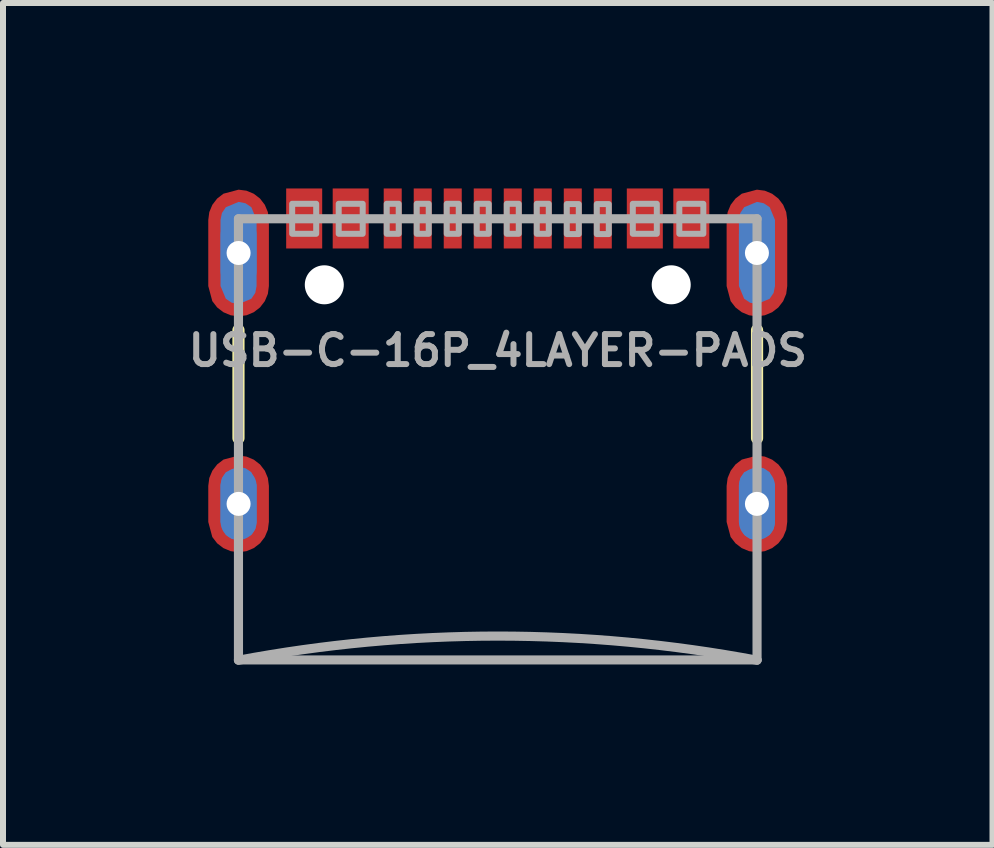
<source format=kicad_pcb>
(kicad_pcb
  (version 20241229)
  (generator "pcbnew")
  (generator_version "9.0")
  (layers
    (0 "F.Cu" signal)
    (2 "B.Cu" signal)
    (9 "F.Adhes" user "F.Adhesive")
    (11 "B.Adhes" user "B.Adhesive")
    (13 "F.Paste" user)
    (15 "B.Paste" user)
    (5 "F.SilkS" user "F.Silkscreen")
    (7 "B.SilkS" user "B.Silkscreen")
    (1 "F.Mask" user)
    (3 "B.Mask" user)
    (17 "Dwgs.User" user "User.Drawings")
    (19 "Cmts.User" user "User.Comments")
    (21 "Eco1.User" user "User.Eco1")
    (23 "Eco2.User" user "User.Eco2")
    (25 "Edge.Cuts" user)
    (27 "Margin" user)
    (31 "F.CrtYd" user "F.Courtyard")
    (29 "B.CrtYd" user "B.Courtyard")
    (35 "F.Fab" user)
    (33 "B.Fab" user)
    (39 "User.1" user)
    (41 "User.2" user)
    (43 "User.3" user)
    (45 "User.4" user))
  (footprint "USB-C-16P_4LAYER-PADS"
    (layer "F.Cu")
    (at 5.243 0.25)
    (property "Reference" "USB-C-16P_4LAYER-PADS" (at 0 2.54 0) (layer "F.Fab") (effects (font (size 0.5 0.5) (thickness 0.1) (bold yes))))
    (fp_poly (pts (xy -4.187 -0.123) (xy -4.065 -0.072) (xy -3.961 0.008) (xy -3.881 0.112) (xy -3.83 0.234) (xy -3.813 0.365) (xy -3.813 1.465) (xy -3.83 1.596) (xy -3.881 1.718) (xy -3.961 1.822) (xy -4.065 1.902) (xy -4.187 1.953) (xy -4.318 1.97) (xy -4.449 1.953) (xy -4.571 1.902) (xy -4.675 1.822) (xy -4.756 1.717) (xy -4.823 1.466) (xy -4.823 0.365) (xy -4.806 0.234) (xy -4.755 0.112) (xy -4.675 0.008) (xy -4.57 -0.073) (xy -4.318 -0.14)) (stroke (width 0) (type default)) (fill yes) (layer "F.Cu"))
    (fp_poly (pts (xy -4.187 4.307) (xy -4.065 4.358) (xy -3.961 4.438) (xy -3.881 4.542) (xy -3.83 4.664) (xy -3.813 4.795) (xy -3.813 5.395) (xy -3.83 5.526) (xy -3.881 5.648) (xy -3.961 5.752) (xy -4.065 5.832) (xy -4.187 5.883) (xy -4.318 5.9) (xy -4.449 5.883) (xy -4.571 5.832) (xy -4.675 5.752) (xy -4.756 5.647) (xy -4.823 5.396) (xy -4.823 4.795) (xy -4.806 4.664) (xy -4.755 4.542) (xy -4.675 4.438) (xy -4.57 4.357) (xy -4.318 4.29)) (stroke (width 0) (type default)) (fill yes) (layer "F.Cu"))
    (fp_poly (pts (xy 4.449 -0.123) (xy 4.571 -0.072) (xy 4.675 0.008) (xy 4.755 0.112) (xy 4.806 0.234) (xy 4.823 0.365) (xy 4.823 1.465) (xy 4.806 1.596) (xy 4.755 1.718) (xy 4.675 1.822) (xy 4.571 1.902) (xy 4.449 1.953) (xy 4.318 1.97) (xy 4.187 1.953) (xy 4.065 1.902) (xy 3.961 1.822) (xy 3.88 1.717) (xy 3.813 1.466) (xy 3.813 0.365) (xy 3.83 0.234) (xy 3.881 0.112) (xy 3.961 0.008) (xy 4.066 -0.073) (xy 4.318 -0.14)) (stroke (width 0) (type default)) (fill yes) (layer "F.Cu"))
    (fp_poly (pts (xy 4.449 4.307) (xy 4.571 4.358) (xy 4.675 4.438) (xy 4.755 4.542) (xy 4.806 4.664) (xy 4.823 4.795) (xy 4.823 5.395) (xy 4.806 5.526) (xy 4.755 5.648) (xy 4.675 5.752) (xy 4.571 5.832) (xy 4.449 5.883) (xy 4.318 5.9) (xy 4.187 5.883) (xy 4.065 5.832) (xy 3.961 5.752) (xy 3.88 5.647) (xy 3.813 5.396) (xy 3.813 4.795) (xy 3.83 4.664) (xy 3.881 4.542) (xy 3.961 4.438) (xy 4.066 4.357) (xy 4.318 4.29)) (stroke (width 0) (type default)) (fill yes) (layer "F.Cu"))
    (fp_poly (pts (xy -4.169 -0.226) (xy -4.026 -0.173) (xy -3.902 -0.085) (xy -3.804 0.032) (xy -3.741 0.17) (xy -3.715 0.32) (xy -3.715 1.52) (xy -3.742 1.669) (xy -3.806 1.805) (xy -3.904 1.92) (xy -4.028 2.007) (xy -4.17 2.058) (xy -4.32 2.07) (xy -4.47 2.058) (xy -4.612 2.007) (xy -4.736 1.92) (xy -4.834 1.805) (xy -4.925 1.521) (xy -4.925 0.32) (xy -4.899 0.17) (xy -4.836 0.032) (xy -4.738 -0.085) (xy -4.614 -0.174) (xy -4.32 -0.24)) (stroke (width 0) (type default)) (fill yes) (layer "F.Mask"))
    (fp_poly (pts (xy -4.163 4.211) (xy -4.017 4.273) (xy -3.891 4.37) (xy -3.795 4.496) (xy -3.735 4.643) (xy -3.715 4.8) (xy -3.715 5.4) (xy -3.736 5.556) (xy -3.797 5.701) (xy -3.893 5.825) (xy -4.018 5.921) (xy -4.164 5.98) (xy -4.32 6) (xy -4.476 5.98) (xy -4.622 5.921) (xy -4.747 5.825) (xy -4.843 5.701) (xy -4.925 5.401) (xy -4.925 4.8) (xy -4.905 4.643) (xy -4.845 4.496) (xy -4.749 4.37) (xy -4.623 4.272) (xy -4.32 4.19)) (stroke (width 0) (type default)) (fill yes) (layer "F.Mask"))
    (fp_poly (pts (xy 4.471 -0.226) (xy 4.614 -0.173) (xy 4.738 -0.085) (xy 4.836 0.032) (xy 4.899 0.17) (xy 4.925 0.32) (xy 4.925 1.52) (xy 4.898 1.669) (xy 4.834 1.805) (xy 4.736 1.92) (xy 4.612 2.007) (xy 4.47 2.058) (xy 4.32 2.07) (xy 4.17 2.058) (xy 4.028 2.007) (xy 3.904 1.92) (xy 3.806 1.805) (xy 3.715 1.521) (xy 3.715 0.32) (xy 3.741 0.17) (xy 3.804 0.032) (xy 3.902 -0.085) (xy 4.026 -0.174) (xy 4.32 -0.24)) (stroke (width 0) (type default)) (fill yes) (layer "F.Mask"))
    (fp_poly (pts (xy 4.477 4.211) (xy 4.623 4.273) (xy 4.749 4.37) (xy 4.845 4.496) (xy 4.905 4.643) (xy 4.925 4.8) (xy 4.925 5.4) (xy 4.904 5.556) (xy 4.843 5.701) (xy 4.747 5.825) (xy 4.622 5.921) (xy 4.476 5.98) (xy 4.32 6) (xy 4.164 5.98) (xy 4.018 5.921) (xy 3.893 5.825) (xy 3.797 5.701) (xy 3.715 5.401) (xy 3.715 4.8) (xy 3.735 4.643) (xy 3.795 4.496) (xy 3.891 4.37) (xy 4.017 4.272) (xy 4.32 4.19)) (stroke (width 0) (type default)) (fill yes) (layer "F.Mask"))
    (fp_poly (pts (xy -4.203 0.087) (xy -4.105 0.153) (xy -4.018 0.365) (xy -4.018 1.465) (xy -4.04 1.58) (xy -4.106 1.678) (xy -4.318 1.766) (xy -4.433 1.743) (xy -4.531 1.677) (xy -4.619 1.465) (xy -4.619 0.365) (xy -4.596 0.25) (xy -4.53 0.152) (xy -4.318 0.064)) (stroke (width 0) (type default)) (fill yes) (layer "B.Cu"))
    (fp_poly (pts (xy -4.203 4.502) (xy -4.105 4.568) (xy -4.018 4.78) (xy -4.018 5.4) (xy -4.04 5.515) (xy -4.106 5.613) (xy -4.318 5.701) (xy -4.433 5.678) (xy -4.531 5.612) (xy -4.619 5.4) (xy -4.619 4.78) (xy -4.596 4.665) (xy -4.53 4.567) (xy -4.318 4.479)) (stroke (width 0) (type default)) (fill yes) (layer "B.Cu"))
    (fp_poly (pts (xy 4.433 0.087) (xy 4.531 0.153) (xy 4.619 0.365) (xy 4.619 1.465) (xy 4.596 1.58) (xy 4.53 1.678) (xy 4.318 1.766) (xy 4.203 1.743) (xy 4.105 1.677) (xy 4.018 1.465) (xy 4.018 0.365) (xy 4.04 0.25) (xy 4.106 0.152) (xy 4.318 0.064)) (stroke (width 0) (type default)) (fill yes) (layer "B.Cu"))
    (fp_poly (pts (xy 4.433 4.502) (xy 4.531 4.568) (xy 4.619 4.78) (xy 4.619 5.4) (xy 4.596 5.515) (xy 4.53 5.613) (xy 4.318 5.701) (xy 4.203 5.678) (xy 4.105 5.612) (xy 4.018 5.4) (xy 4.018 4.78) (xy 4.04 4.665) (xy 4.106 4.567) (xy 4.318 4.479)) (stroke (width 0) (type default)) (fill yes) (layer "B.Cu"))
    (fp_poly (pts (xy -4.187 -0.123) (xy -4.065 -0.072) (xy -3.961 0.008) (xy -3.881 0.112) (xy -3.83 0.234) (xy -3.813 0.365) (xy -3.813 1.465) (xy -3.83 1.596) (xy -3.881 1.718) (xy -3.961 1.822) (xy -4.065 1.902) (xy -4.187 1.953) (xy -4.318 1.97) (xy -4.57 1.903) (xy -4.675 1.822) (xy -4.755 1.718) (xy -4.806 1.596) (xy -4.823 1.465) (xy -4.823 0.365) (xy -4.806 0.234) (xy -4.755 0.112) (xy -4.675 0.008) (xy -4.571 -0.072) (xy -4.449 -0.123) (xy -4.318 -0.14)) (stroke (width 0) (type default)) (fill yes) (layer "In1.Cu"))
    (fp_poly (pts (xy -4.187 4.307) (xy -4.065 4.358) (xy -3.961 4.438) (xy -3.881 4.542) (xy -3.83 4.664) (xy -3.813 4.795) (xy -3.813 5.395) (xy -3.83 5.526) (xy -3.881 5.648) (xy -3.961 5.752) (xy -4.065 5.832) (xy -4.187 5.883) (xy -4.318 5.9) (xy -4.57 5.833) (xy -4.675 5.752) (xy -4.755 5.648) (xy -4.806 5.526) (xy -4.823 5.395) (xy -4.823 4.795) (xy -4.806 4.664) (xy -4.755 4.542) (xy -4.675 4.438) (xy -4.571 4.358) (xy -4.449 4.307) (xy -4.318 4.29)) (stroke (width 0) (type default)) (fill yes) (layer "In1.Cu"))
    (fp_poly (pts (xy 4.449 -0.123) (xy 4.571 -0.072) (xy 4.675 0.008) (xy 4.755 0.112) (xy 4.806 0.234) (xy 4.823 0.365) (xy 4.823 1.465) (xy 4.806 1.596) (xy 4.755 1.718) (xy 4.675 1.822) (xy 4.571 1.902) (xy 4.449 1.953) (xy 4.318 1.97) (xy 4.066 1.903) (xy 3.961 1.822) (xy 3.881 1.718) (xy 3.83 1.596) (xy 3.813 1.465) (xy 3.813 0.365) (xy 3.83 0.234) (xy 3.881 0.112) (xy 3.961 0.008) (xy 4.065 -0.072) (xy 4.187 -0.123) (xy 4.318 -0.14)) (stroke (width 0) (type default)) (fill yes) (layer "In1.Cu"))
    (fp_poly (pts (xy 4.449 4.307) (xy 4.571 4.358) (xy 4.675 4.438) (xy 4.755 4.542) (xy 4.806 4.664) (xy 4.823 4.795) (xy 4.823 5.395) (xy 4.806 5.526) (xy 4.755 5.648) (xy 4.675 5.752) (xy 4.571 5.832) (xy 4.449 5.883) (xy 4.318 5.9) (xy 4.066 5.833) (xy 3.961 5.752) (xy 3.881 5.648) (xy 3.83 5.526) (xy 3.813 5.395) (xy 3.813 4.795) (xy 3.83 4.664) (xy 3.881 4.542) (xy 3.961 4.438) (xy 4.065 4.358) (xy 4.187 4.307) (xy 4.318 4.29)) (stroke (width 0) (type default)) (fill yes) (layer "In1.Cu"))
    (fp_line (start -4.32 2.2) (end -4.32 4) (stroke (width 0.203) (type solid)) (layer "F.SilkS"))
    (fp_line (start 4.32 2.2) (end 4.32 4) (stroke (width 0.203) (type solid)) (layer "F.SilkS"))
    (fp_poly (pts (xy -4.203 0.087) (xy -4.105 0.153) (xy -4.018 0.365) (xy -4.018 1.465) (xy -4.04 1.58) (xy -4.106 1.678) (xy -4.318 1.766) (xy -4.433 1.743) (xy -4.531 1.677) (xy -4.619 1.465) (xy -4.619 0.365) (xy -4.596 0.25) (xy -4.53 0.152) (xy -4.318 0.064)) (stroke (width 0) (type default)) (fill yes) (layer "In2.Cu"))
    (fp_poly (pts (xy -4.203 4.502) (xy -4.105 4.568) (xy -4.018 4.78) (xy -4.018 5.4) (xy -4.04 5.515) (xy -4.106 5.613) (xy -4.318 5.701) (xy -4.433 5.678) (xy -4.531 5.612) (xy -4.619 5.4) (xy -4.619 4.78) (xy -4.596 4.665) (xy -4.53 4.567) (xy -4.318 4.479)) (stroke (width 0) (type default)) (fill yes) (layer "In2.Cu"))
    (fp_poly (pts (xy 4.433 0.087) (xy 4.531 0.153) (xy 4.619 0.365) (xy 4.619 1.465) (xy 4.596 1.58) (xy 4.53 1.678) (xy 4.318 1.766) (xy 4.203 1.743) (xy 4.105 1.677) (xy 4.018 1.465) (xy 4.018 0.365) (xy 4.04 0.25) (xy 4.106 0.152) (xy 4.318 0.064)) (stroke (width 0) (type default)) (fill yes) (layer "In2.Cu"))
    (fp_poly (pts (xy 4.433 4.502) (xy 4.531 4.568) (xy 4.619 4.78) (xy 4.619 5.4) (xy 4.596 5.515) (xy 4.53 5.613) (xy 4.318 5.701) (xy 4.203 5.678) (xy 4.105 5.612) (xy 4.018 5.4) (xy 4.018 4.78) (xy 4.04 4.665) (xy 4.106 4.567) (xy 4.318 4.479)) (stroke (width 0) (type default)) (fill yes) (layer "In2.Cu"))
    (fp_poly (pts (xy -4.219 -0.146) (xy -4.094 -0.103) (xy -3.984 -0.029) (xy -3.898 0.071) (xy -3.84 0.19) (xy -3.815 0.32) (xy -3.815 1.521) (xy -3.854 1.668) (xy -3.937 1.796) (xy -4.056 1.892) (xy -4.35 1.955) (xy -4.491 1.939) (xy -4.621 1.88) (xy -4.727 1.784) (xy -4.825 1.521) (xy -4.825 0.32) (xy -4.802 0.173) (xy -4.734 0.041) (xy -4.629 -0.065) (xy -4.351 -0.155)) (stroke (width 0) (type default)) (fill yes) (layer "F.Paste"))
    (fp_poly (pts (xy -4.147 4.322) (xy -4.011 4.395) (xy -3.903 4.507) (xy -3.815 4.799) (xy -3.815 5.4) (xy -3.836 5.553) (xy -3.904 5.693) (xy -4.011 5.805) (xy -4.299 5.905) (xy -4.434 5.89) (xy -4.559 5.841) (xy -4.667 5.761) (xy -4.751 5.656) (xy -4.825 5.401) (xy -4.825 4.8) (xy -4.805 4.667) (xy -4.751 4.544) (xy -4.667 4.439) (xy -4.559 4.359) (xy -4.3 4.295)) (stroke (width 0) (type default)) (fill yes) (layer "F.Paste"))
    (fp_poly (pts (xy 4.43 -0.145) (xy 4.553 -0.101) (xy 4.661 -0.026) (xy 4.745 0.073) (xy 4.801 0.191) (xy 4.825 0.32) (xy 4.825 1.521) (xy 4.787 1.667) (xy 4.707 1.794) (xy 4.59 1.89) (xy 4.3 1.955) (xy 4.164 1.949) (xy 4.035 1.902) (xy 3.927 1.816) (xy 3.815 1.571) (xy 3.815 0.37) (xy 3.827 0.239) (xy 3.873 0.115) (xy 3.949 0.007) (xy 4.05 -0.077) (xy 4.299 -0.155)) (stroke (width 0) (type default)) (fill yes) (layer "F.Paste"))
    (fp_poly (pts (xy 4.434 4.31) (xy 4.559 4.359) (xy 4.667 4.439) (xy 4.751 4.544) (xy 4.805 4.667) (xy 4.825 4.8) (xy 4.825 5.4) (xy 4.806 5.552) (xy 4.74 5.691) (xy 4.635 5.803) (xy 4.351 5.905) (xy 4.221 5.899) (xy 4.097 5.859) (xy 3.989 5.789) (xy 3.901 5.692) (xy 3.815 5.451) (xy 3.815 4.85) (xy 3.824 4.715) (xy 3.867 4.586) (xy 3.942 4.472) (xy 4.045 4.382) (xy 4.299 4.295)) (stroke (width 0) (type default)) (fill yes) (layer "F.Paste"))
    (fp_line (start -4.32 0.345) (end -4.32 1.965) (stroke (width 0.01) (type solid)) (layer "F.Fab"))
    (fp_line (start -4.32 0.345) (end 4.32 0.345) (stroke (width 0.152) (type solid)) (layer "F.Fab"))
    (fp_line (start -4.32 4.295) (end -4.32 5.895) (stroke (width 0.01) (type solid)) (layer "F.Fab"))
    (fp_line (start -4.32 7.695) (end -4.32 0.345) (stroke (width 0.152) (type solid)) (layer "F.Fab"))
    (fp_line (start -4.32 7.695) (end 4.32 7.695) (stroke (width 0.152) (type solid)) (layer "F.Fab"))
    (fp_line (start 4.32 0.345) (end 4.32 1.965) (stroke (width 0.01) (type solid)) (layer "F.Fab"))
    (fp_line (start 4.32 0.345) (end 4.32 7.695) (stroke (width 0.152) (type solid)) (layer "F.Fab"))
    (fp_line (start 4.32 4.295) (end 4.32 5.895) (stroke (width 0.01) (type solid)) (layer "F.Fab"))
    (fp_arc (start -4.32 7.7) (mid 0 7.297675) (end 4.32 7.7) (stroke (width 0.1524) (type solid)) (layer "F.Fab"))
    (fp_poly (pts (xy -3.425 0.595) (xy -3.025 0.595) (xy -3.025 0.095) (xy -3.425 0.095)) (stroke (width 0.1) (type default)) (fill no) (layer "F.Fab"))
    (fp_poly (pts (xy -2.65 0.595) (xy -2.25 0.595) (xy -2.25 0.095) (xy -2.65 0.095)) (stroke (width 0.1) (type default)) (fill no) (layer "F.Fab"))
    (fp_poly (pts (xy -1.85 0.595) (xy -1.65 0.595) (xy -1.65 0.095) (xy -1.85 0.095)) (stroke (width 0.1) (type default)) (fill no) (layer "F.Fab"))
    (fp_poly (pts (xy -1.35 0.595) (xy -1.15 0.595) (xy -1.15 0.095) (xy -1.35 0.095)) (stroke (width 0.1) (type default)) (fill no) (layer "F.Fab"))
    (fp_poly (pts (xy -0.85 0.595) (xy -0.65 0.595) (xy -0.65 0.095) (xy -0.85 0.095)) (stroke (width 0.1) (type default)) (fill no) (layer "F.Fab"))
    (fp_poly (pts (xy -0.35 0.595) (xy -0.15 0.595) (xy -0.15 0.095) (xy -0.35 0.095)) (stroke (width 0.1) (type default)) (fill no) (layer "F.Fab"))
    (fp_poly (pts (xy 0.15 0.595) (xy 0.35 0.595) (xy 0.35 0.095) (xy 0.15 0.095)) (stroke (width 0.1) (type default)) (fill no) (layer "F.Fab"))
    (fp_poly (pts (xy 0.65 0.595) (xy 0.85 0.595) (xy 0.85 0.095) (xy 0.65 0.095)) (stroke (width 0.1) (type default)) (fill no) (layer "F.Fab"))
    (fp_poly (pts (xy 1.15 0.6) (xy 1.35 0.6) (xy 1.35 0.1) (xy 1.15 0.1)) (stroke (width 0.1) (type default)) (fill no) (layer "F.Fab"))
    (fp_poly (pts (xy 1.65 0.6) (xy 1.85 0.6) (xy 1.85 0.1) (xy 1.65 0.1)) (stroke (width 0.1) (type default)) (fill no) (layer "F.Fab"))
    (fp_poly (pts (xy 2.25 0.595) (xy 2.65 0.595) (xy 2.65 0.095) (xy 2.25 0.095)) (stroke (width 0.1) (type default)) (fill no) (layer "F.Fab"))
    (fp_poly (pts (xy 3.025 0.595) (xy 3.425 0.595) (xy 3.425 0.095) (xy 3.025 0.095)) (stroke (width 0.1) (type default)) (fill no) (layer "F.Fab"))
    (pad "" np_thru_hole circle (at -2.89 1.445) (size 0.65 0.65) (drill 0.65) (layers "*.Cu" "*.Mask"))
    (pad "" np_thru_hole circle (at 2.89 1.445) (size 0.65 0.65) (drill 0.65) (layers "*.Cu" "*.Mask"))
    (pad "A5" smd rect (at -1.25 0.34 180) (size 0.3 1) (layers "F.Cu" "F.Mask" "F.Paste"))
    (pad "A6" smd rect (at -0.25 0.34 180) (size 0.3 1) (layers "F.Cu" "F.Mask" "F.Paste"))
    (pad "A7" smd rect (at 0.25 0.34) (size 0.3 1) (layers "F.Cu" "F.Mask" "F.Paste"))
    (pad "A8" smd rect (at 1.25 0.34) (size 0.3 1) (layers "F.Cu" "F.Mask" "F.Paste"))
    (pad "B5" smd rect (at 1.75 0.34) (size 0.3 1) (layers "F.Cu" "F.Mask" "F.Paste"))
    (pad "B6" smd rect (at 0.75 0.34) (size 0.3 1) (layers "F.Cu" "F.Mask" "F.Paste"))
    (pad "B7" smd rect (at -0.75 0.34 180) (size 0.3 1) (layers "F.Cu" "F.Mask" "F.Paste"))
    (pad "B8" smd rect (at -1.75 0.34 180) (size 0.3 1) (layers "F.Cu" "F.Mask" "F.Paste"))
    (pad "GND" smd rect (at -3.225 0.34 180) (size 0.6 1) (layers "F.Cu" "F.Mask" "F.Paste"))
    (pad "GND2" smd rect (at 3.225 0.34) (size 0.6 1) (layers "F.Cu" "F.Mask" "F.Paste"))
    (pad "SHLD1" thru_hole oval (at -4.318 0.915 90) (size 1.2 0.6) (drill 0.4) (layers "*.Cu"))
    (pad "SHLD2" thru_hole oval (at 4.318 0.915 90) (size 1.2 0.6) (drill 0.4) (layers "*.Cu"))
    (pad "SHLD3" thru_hole oval (at -4.318 5.095 90) (size 1.2 0.6) (drill 0.4) (layers "*.Cu"))
    (pad "SHLD4" thru_hole oval (at 4.318 5.095 90) (size 1.2 0.6) (drill 0.4) (layers "*.Cu"))
    (pad "VBUS1" smd rect (at -2.45 0.34 180) (size 0.6 1) (layers "F.Cu" "F.Mask" "F.Paste"))
    (pad "VBUS2" smd rect (at 2.45 0.34) (size 0.6 1) (layers "F.Cu" "F.Mask" "F.Paste")))
  (gr_rect
    (start -3 -3)
    (end 13.486 11.026)
    (stroke (width 0.1) (type default))
    (fill no)
    (layer "Edge.Cuts")))
</source>
